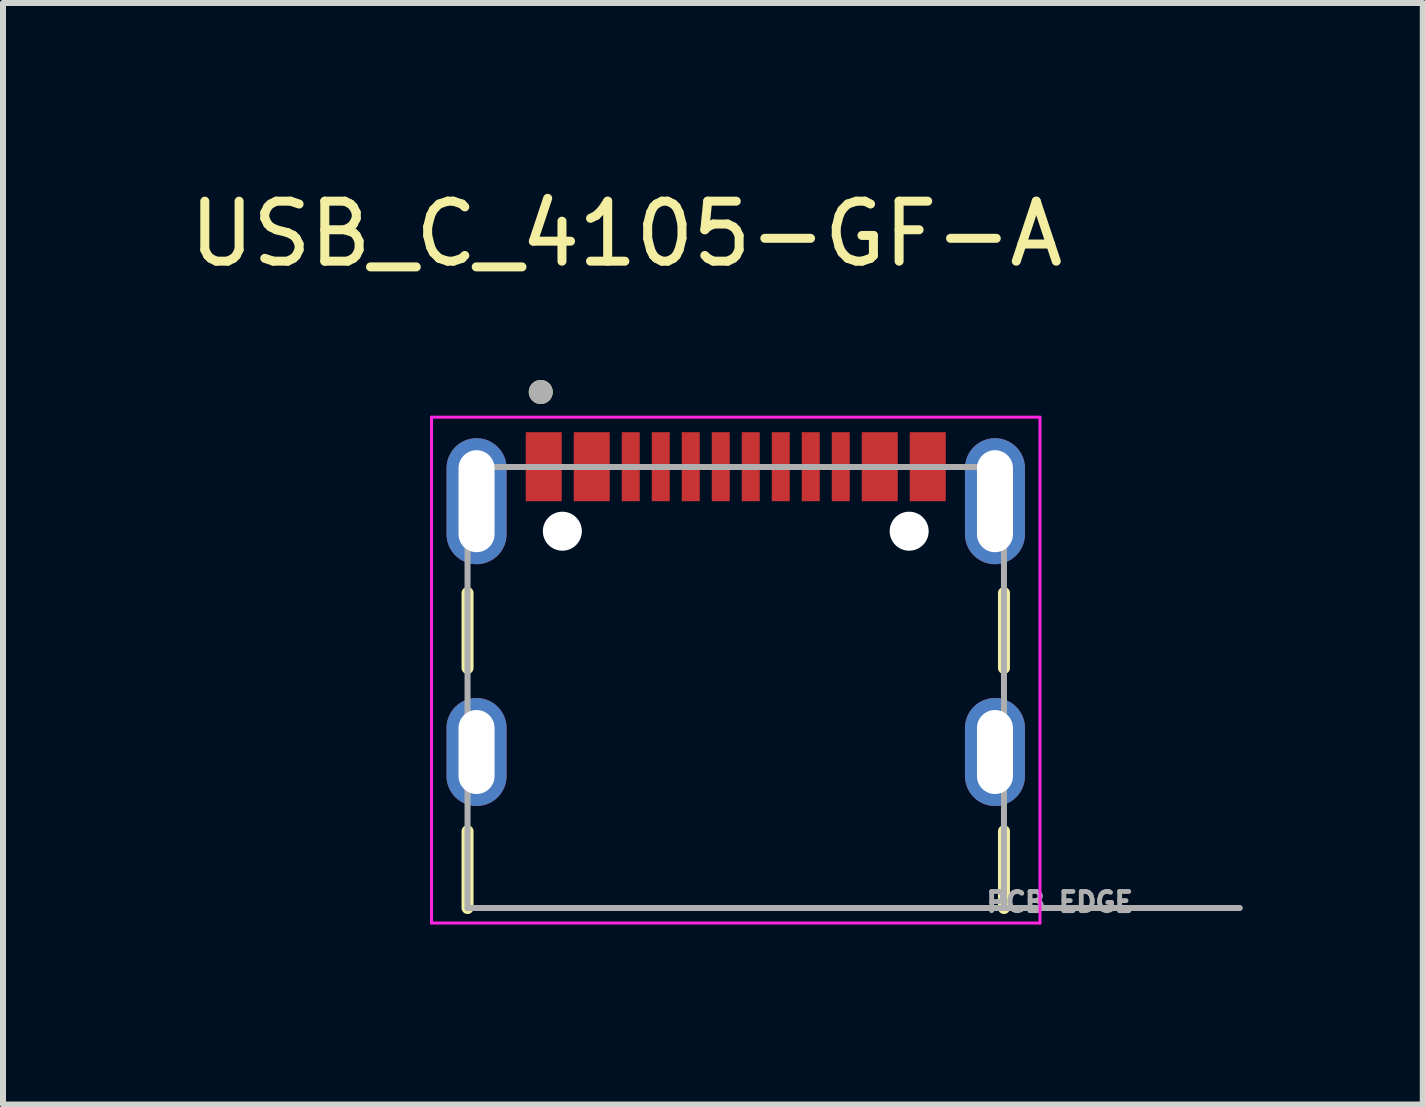
<source format=kicad_pcb>
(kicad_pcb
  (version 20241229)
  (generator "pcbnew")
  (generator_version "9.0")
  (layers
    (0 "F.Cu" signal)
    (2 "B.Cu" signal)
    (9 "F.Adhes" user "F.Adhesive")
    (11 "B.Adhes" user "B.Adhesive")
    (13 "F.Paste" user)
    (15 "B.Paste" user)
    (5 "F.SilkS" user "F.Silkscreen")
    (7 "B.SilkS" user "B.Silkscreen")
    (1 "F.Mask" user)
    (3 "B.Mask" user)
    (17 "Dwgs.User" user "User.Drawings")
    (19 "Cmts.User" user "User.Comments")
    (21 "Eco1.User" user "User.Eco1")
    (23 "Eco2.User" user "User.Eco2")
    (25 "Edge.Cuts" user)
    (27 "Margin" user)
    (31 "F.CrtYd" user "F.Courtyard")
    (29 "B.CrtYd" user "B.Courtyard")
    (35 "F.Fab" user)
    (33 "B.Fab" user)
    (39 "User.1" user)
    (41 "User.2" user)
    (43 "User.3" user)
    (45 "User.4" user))
  (footprint "USB_C_4105-GF-A"
    (layer "F.Cu")
    (at 9.212 9.483)
    (property "Reference" "USB_C_4105-GF-A" (at -1.825 -8.635 0) (layer "F.SilkS") (effects (font (size 1 1) (thickness 0.15))))
    (attr smd)
    (fp_poly (pts (xy -3.55 -5.38) (xy -2.85 -5.38) (xy -2.85 -4.13) (xy -3.55 -4.13)) (stroke (width 0.01) (type solid)) (fill yes) (layer "F.Mask"))
    (fp_poly (pts (xy -2.75 -5.38) (xy -2.05 -5.38) (xy -2.05 -4.13) (xy -2.75 -4.13)) (stroke (width 0.01) (type solid)) (fill yes) (layer "F.Mask"))
    (fp_poly (pts (xy -1.95 -5.38) (xy -1.55 -5.38) (xy -1.55 -4.13) (xy -1.95 -4.13)) (stroke (width 0.01) (type solid)) (fill yes) (layer "F.Mask"))
    (fp_poly (pts (xy -1.45 -5.38) (xy -1.05 -5.38) (xy -1.05 -4.13) (xy -1.45 -4.13)) (stroke (width 0.01) (type solid)) (fill yes) (layer "F.Mask"))
    (fp_poly (pts (xy -0.95 -5.38) (xy -0.55 -5.38) (xy -0.55 -4.13) (xy -0.95 -4.13)) (stroke (width 0.01) (type solid)) (fill yes) (layer "F.Mask"))
    (fp_poly (pts (xy -0.45 -5.38) (xy -0.05 -5.38) (xy -0.05 -4.13) (xy -0.45 -4.13)) (stroke (width 0.01) (type solid)) (fill yes) (layer "F.Mask"))
    (fp_poly (pts (xy 0.05 -5.38) (xy 0.45 -5.38) (xy 0.45 -4.13) (xy 0.05 -4.13)) (stroke (width 0.01) (type solid)) (fill yes) (layer "F.Mask"))
    (fp_poly (pts (xy 0.55 -5.38) (xy 0.95 -5.38) (xy 0.95 -4.13) (xy 0.55 -4.13)) (stroke (width 0.01) (type solid)) (fill yes) (layer "F.Mask"))
    (fp_poly (pts (xy 1.05 -5.38) (xy 1.45 -5.38) (xy 1.45 -4.13) (xy 1.05 -4.13)) (stroke (width 0.01) (type solid)) (fill yes) (layer "F.Mask"))
    (fp_poly (pts (xy 1.55 -5.38) (xy 1.95 -5.38) (xy 1.95 -4.13) (xy 1.55 -4.13)) (stroke (width 0.01) (type solid)) (fill yes) (layer "F.Mask"))
    (fp_poly (pts (xy 2.05 -5.38) (xy 2.75 -5.38) (xy 2.75 -4.13) (xy 2.05 -4.13)) (stroke (width 0.01) (type solid)) (fill yes) (layer "F.Mask"))
    (fp_poly (pts (xy 2.85 -5.38) (xy 3.55 -5.38) (xy 3.55 -4.13) (xy 2.85 -4.13)) (stroke (width 0.01) (type solid)) (fill yes) (layer "F.Mask"))
    (fp_line (start -4.47 -2.65) (end -4.47 -1.4) (stroke (width 0.2) (type solid)) (layer "F.SilkS"))
    (fp_line (start -4.47 1.32) (end -4.47 2.6) (stroke (width 0.2) (type solid)) (layer "F.SilkS"))
    (fp_line (start 4.47 -2.65) (end 4.47 -1.4) (stroke (width 0.2) (type solid)) (layer "F.SilkS"))
    (fp_line (start 4.47 2.6) (end 4.47 1.32) (stroke (width 0.2) (type solid)) (layer "F.SilkS"))
    (fp_circle (center -3.25 -6) (end -3.15 -6) (stroke (width 0.2) (type solid)) (fill no) (layer "F.SilkS"))
    (fp_line (start -5.07 -5.58) (end -5.07 2.85) (stroke (width 0.05) (type solid)) (layer "F.CrtYd"))
    (fp_line (start -5.07 2.85) (end 5.07 2.85) (stroke (width 0.05) (type solid)) (layer "F.CrtYd"))
    (fp_line (start 5.07 -5.58) (end -5.07 -5.58) (stroke (width 0.05) (type solid)) (layer "F.CrtYd"))
    (fp_line (start 5.07 2.85) (end 5.07 -5.58) (stroke (width 0.05) (type solid)) (layer "F.CrtYd"))
    (fp_line (start -4.47 -4.75) (end 4.47 -4.75) (stroke (width 0.1) (type solid)) (layer "F.Fab"))
    (fp_line (start -4.47 2.6) (end -4.47 -4.75) (stroke (width 0.1) (type solid)) (layer "F.Fab"))
    (fp_line (start 4.47 -4.75) (end 4.47 2.6) (stroke (width 0.1) (type solid)) (layer "F.Fab"))
    (fp_line (start 4.47 2.6) (end -4.47 2.6) (stroke (width 0.1) (type solid)) (layer "F.Fab"))
    (fp_line (start 4.47 2.6) (end 8.4 2.6) (stroke (width 0.1) (type solid)) (layer "F.Fab"))
    (fp_circle (center -3.25 -6) (end -3.15 -6) (stroke (width 0.2) (type solid)) (fill no) (layer "F.Fab"))
    (fp_text user "PCB EDGE" (at 5.4 2.5 0) (layer "F.Fab") (effects (font (size 0.32 0.32) (thickness 0.15))))
    (pad "" np_thru_hole circle (at -2.89 -3.68) (size 0.65 0.65) (drill 0.65) (layers "*.Cu" "*.Mask"))
    (pad "" np_thru_hole circle (at 2.89 -3.68) (size 0.65 0.65) (drill 0.65) (layers "*.Cu" "*.Mask"))
    (pad "A1_B12" smd rect (at -3.2 -4.755) (size 0.6 1.15) (layers "F.Cu" "F.Paste"))
    (pad "A4_B9" smd rect (at -2.4 -4.755) (size 0.6 1.15) (layers "F.Cu" "F.Paste"))
    (pad "A5" smd rect (at -1.25 -4.755) (size 0.3 1.15) (layers "F.Cu" "F.Paste"))
    (pad "A6" smd rect (at -0.25 -4.755) (size 0.3 1.15) (layers "F.Cu" "F.Paste"))
    (pad "A7" smd rect (at 0.25 -4.755) (size 0.3 1.15) (layers "F.Cu" "F.Paste"))
    (pad "A8" smd rect (at 1.25 -4.755) (size 0.3 1.15) (layers "F.Cu" "F.Paste"))
    (pad "B1_A12" smd rect (at 3.2 -4.755) (size 0.6 1.15) (layers "F.Cu" "F.Paste"))
    (pad "B4_A9" smd rect (at 2.4 -4.755) (size 0.6 1.15) (layers "F.Cu" "F.Paste"))
    (pad "B5" smd rect (at 1.75 -4.755) (size 0.3 1.15) (layers "F.Cu" "F.Paste"))
    (pad "B6" smd rect (at 0.75 -4.755) (size 0.3 1.15) (layers "F.Cu" "F.Paste"))
    (pad "B7" smd rect (at -0.75 -4.755) (size 0.3 1.15) (layers "F.Cu" "F.Paste"))
    (pad "B8" smd rect (at -1.75 -4.755) (size 0.3 1.15) (layers "F.Cu" "F.Paste"))
    (pad "SH1" thru_hole oval (at -4.32 -4.18) (size 1 2.1) (drill oval 0.6 1.7) (layers "*.Cu" "*.Mask"))
    (pad "SH2" thru_hole oval (at 4.32 -4.18) (size 1 2.1) (drill oval 0.6 1.7) (layers "*.Cu" "*.Mask"))
    (pad "SH3" thru_hole oval (at -4.32 0) (size 1 1.8) (drill oval 0.6 1.4) (layers "*.Cu" "*.Mask"))
    (pad "SH4" thru_hole oval (at 4.32 0) (size 1 1.8) (drill oval 0.6 1.4) (layers "*.Cu" "*.Mask")))
  (gr_rect
    (start -3 -3)
    (end 20.662 15.358)
    (stroke (width 0.1) (type default))
    (fill no)
    (layer "Edge.Cuts")))
</source>
